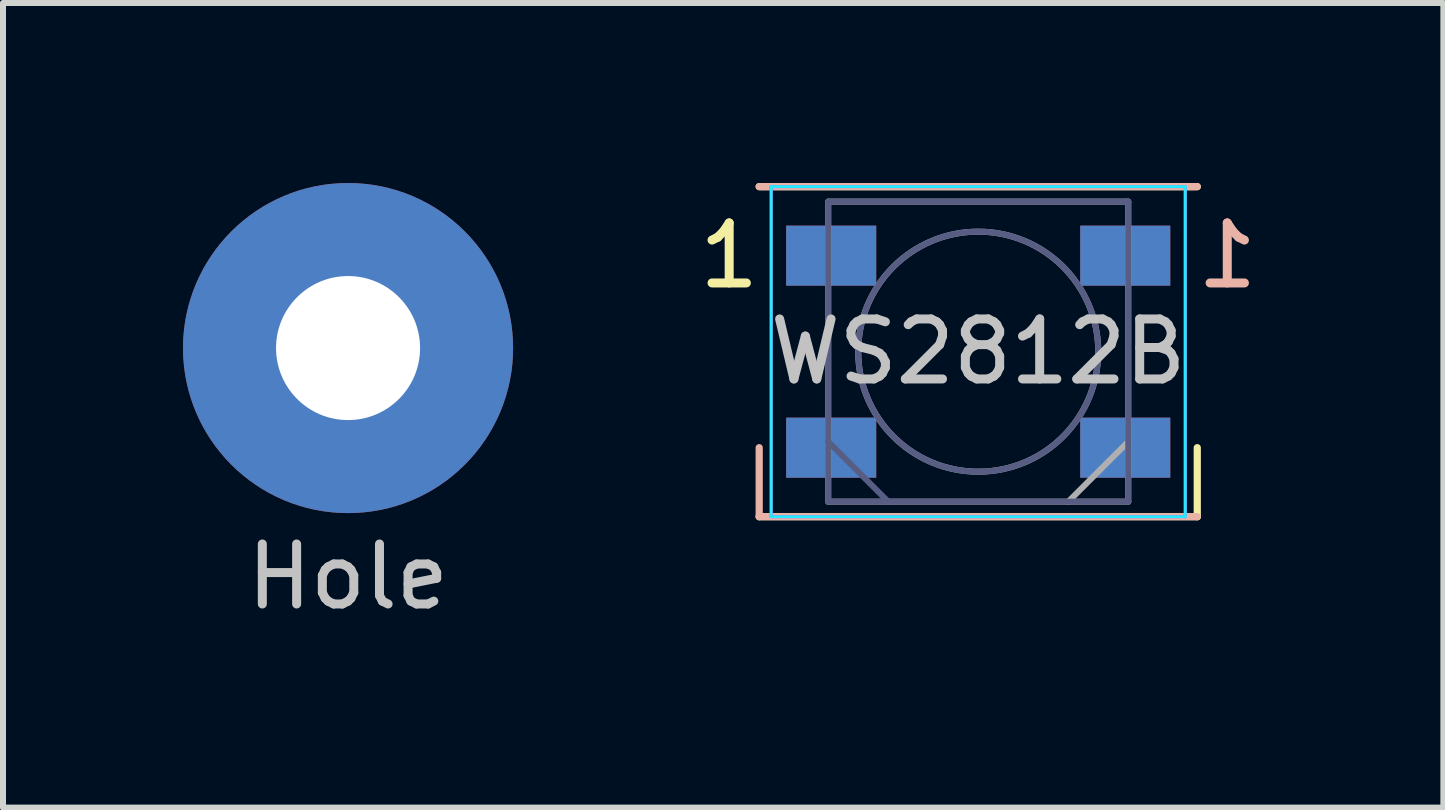
<source format=kicad_pcb>
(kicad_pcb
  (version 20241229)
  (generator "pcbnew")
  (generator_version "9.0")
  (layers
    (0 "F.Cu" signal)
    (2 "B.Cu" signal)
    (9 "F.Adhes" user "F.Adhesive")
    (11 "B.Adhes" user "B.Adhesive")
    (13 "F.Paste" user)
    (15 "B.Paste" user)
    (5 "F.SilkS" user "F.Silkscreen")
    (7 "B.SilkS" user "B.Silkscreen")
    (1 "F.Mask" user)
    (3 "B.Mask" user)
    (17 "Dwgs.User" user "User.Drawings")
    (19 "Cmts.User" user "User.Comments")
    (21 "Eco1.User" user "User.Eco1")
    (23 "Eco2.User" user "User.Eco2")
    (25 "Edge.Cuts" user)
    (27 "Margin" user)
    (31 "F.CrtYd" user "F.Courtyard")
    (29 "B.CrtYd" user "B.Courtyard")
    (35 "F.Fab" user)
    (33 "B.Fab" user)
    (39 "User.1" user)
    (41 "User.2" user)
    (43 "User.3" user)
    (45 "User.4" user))
  (footprint "WS2812B"
    (layer "F.Cu")
    (at 13.251 2.81)
    (property "Reference" "WS2812B" (at 0 0 0) (layer "Dwgs.User") (effects (font (size 1 1) (thickness 0.15))))
    (attr through_hole)
    (fp_line (start -3.65 -2.75) (end 3.65 -2.75) (stroke (width 0.12) (type solid)) (layer "F.SilkS"))
    (fp_line (start -3.65 2.75) (end 3.65 2.75) (stroke (width 0.12) (type solid)) (layer "F.SilkS"))
    (fp_line (start 3.65 2.75) (end 3.65 1.6) (stroke (width 0.12) (type solid)) (layer "F.SilkS"))
    (fp_line (start -3.65 2.75) (end -3.65 1.6) (stroke (width 0.12) (type solid)) (layer "B.SilkS"))
    (fp_line (start 3.65 -2.75) (end -3.65 -2.75) (stroke (width 0.12) (type solid)) (layer "B.SilkS"))
    (fp_line (start 3.65 2.75) (end -3.65 2.75) (stroke (width 0.12) (type solid)) (layer "B.SilkS"))
    (fp_line (start -3.45 -2.75) (end 3.45 -2.75) (stroke (width 0.05) (type solid)) (layer "B.CrtYd"))
    (fp_line (start -3.45 2.75) (end -3.45 -2.75) (stroke (width 0.05) (type solid)) (layer "B.CrtYd"))
    (fp_line (start 3.45 -2.75) (end 3.45 2.75) (stroke (width 0.05) (type solid)) (layer "B.CrtYd"))
    (fp_line (start 3.45 2.75) (end -3.45 2.75) (stroke (width 0.05) (type solid)) (layer "B.CrtYd"))
    (fp_line (start -3.45 -2.75) (end -3.45 2.75) (stroke (width 0.05) (type solid)) (layer "F.CrtYd"))
    (fp_line (start -3.45 2.75) (end 3.45 2.75) (stroke (width 0.05) (type solid)) (layer "F.CrtYd"))
    (fp_line (start 3.45 -2.75) (end -3.45 -2.75) (stroke (width 0.05) (type solid)) (layer "F.CrtYd"))
    (fp_line (start 3.45 2.75) (end 3.45 -2.75) (stroke (width 0.05) (type solid)) (layer "F.CrtYd"))
    (fp_line (start -2.5 -2.5) (end 2.5 -2.5) (stroke (width 0.1) (type solid)) (layer "B.Fab"))
    (fp_line (start -2.5 1.5) (end -1.5 2.5) (stroke (width 0.1) (type solid)) (layer "B.Fab"))
    (fp_line (start -2.5 2.5) (end -2.5 -2.5) (stroke (width 0.1) (type solid)) (layer "B.Fab"))
    (fp_line (start 2.5 -2.5) (end 2.5 2.5) (stroke (width 0.1) (type solid)) (layer "B.Fab"))
    (fp_line (start 2.5 2.5) (end -2.5 2.5) (stroke (width 0.1) (type solid)) (layer "B.Fab"))
    (fp_circle (center 0 0) (end 0 -2) (stroke (width 0.1) (type solid)) (fill no) (layer "B.Fab"))
    (fp_line (start -2.5 -2.5) (end -2.5 2.5) (stroke (width 0.1) (type solid)) (layer "F.Fab"))
    (fp_line (start -2.5 2.5) (end 2.5 2.5) (stroke (width 0.1) (type solid)) (layer "F.Fab"))
    (fp_line (start 2.5 -2.5) (end -2.5 -2.5) (stroke (width 0.1) (type solid)) (layer "F.Fab"))
    (fp_line (start 2.5 1.5) (end 1.5 2.5) (stroke (width 0.1) (type solid)) (layer "F.Fab"))
    (fp_line (start 2.5 2.5) (end 2.5 -2.5) (stroke (width 0.1) (type solid)) (layer "F.Fab"))
    (fp_circle (center 0 0) (end 0 -2) (stroke (width 0.1) (type solid)) (fill no) (layer "F.Fab"))
    (fp_text user "1" (at -4.15 -1.6 0) (layer "F.SilkS") (effects (font (size 1 1) (thickness 0.15))))
    (fp_text user "1" (at 4.15 -1.6 180) (layer "B.SilkS") (effects (font (size 1 1) (thickness 0.15)) (justify mirror)))
    (pad "1" smd rect (at -2.45 -1.6) (size 1.5 1) (layers "F.Cu" "F.Mask" "F.Paste"))
    (pad "1" smd rect (at 2.45 -1.6 180) (size 1.5 1) (layers "B.Cu" "B.Mask" "B.Paste"))
    (pad "2" smd rect (at -2.45 1.6) (size 1.5 1) (layers "F.Cu" "F.Mask" "F.Paste"))
    (pad "2" smd rect (at 2.45 1.6 180) (size 1.5 1) (layers "B.Cu" "B.Mask" "B.Paste"))
    (pad "3" smd rect (at -2.45 1.6 180) (size 1.5 1) (layers "B.Cu" "B.Mask" "B.Paste"))
    (pad "3" smd rect (at 2.45 1.6) (size 1.5 1) (layers "F.Cu" "F.Mask" "F.Paste"))
    (pad "4" smd rect (at -2.45 -1.6 180) (size 1.5 1) (layers "B.Cu" "B.Mask" "B.Paste"))
    (pad "4" smd rect (at 2.45 -1.6) (size 1.5 1) (layers "F.Cu" "F.Mask" "F.Paste")))
  (footprint "Hole"
    (layer "F.Cu")
    (at 2.75 2.75)
    (property "Reference" "Hole" (at 0 3.81 0) (layer "Dwgs.User") (effects (font (size 1 1) (thickness 0.15))))
    (attr through_hole)
    (pad "1" thru_hole circle (at 0 0) (size 5.5 5.5) (drill 2.4) (layers "*.Cu" "*.Mask")))
  (gr_rect
    (start -3 -3)
    (end 21.002 10.408)
    (stroke (width 0.1) (type default))
    (fill no)
    (layer "Edge.Cuts")))
</source>
